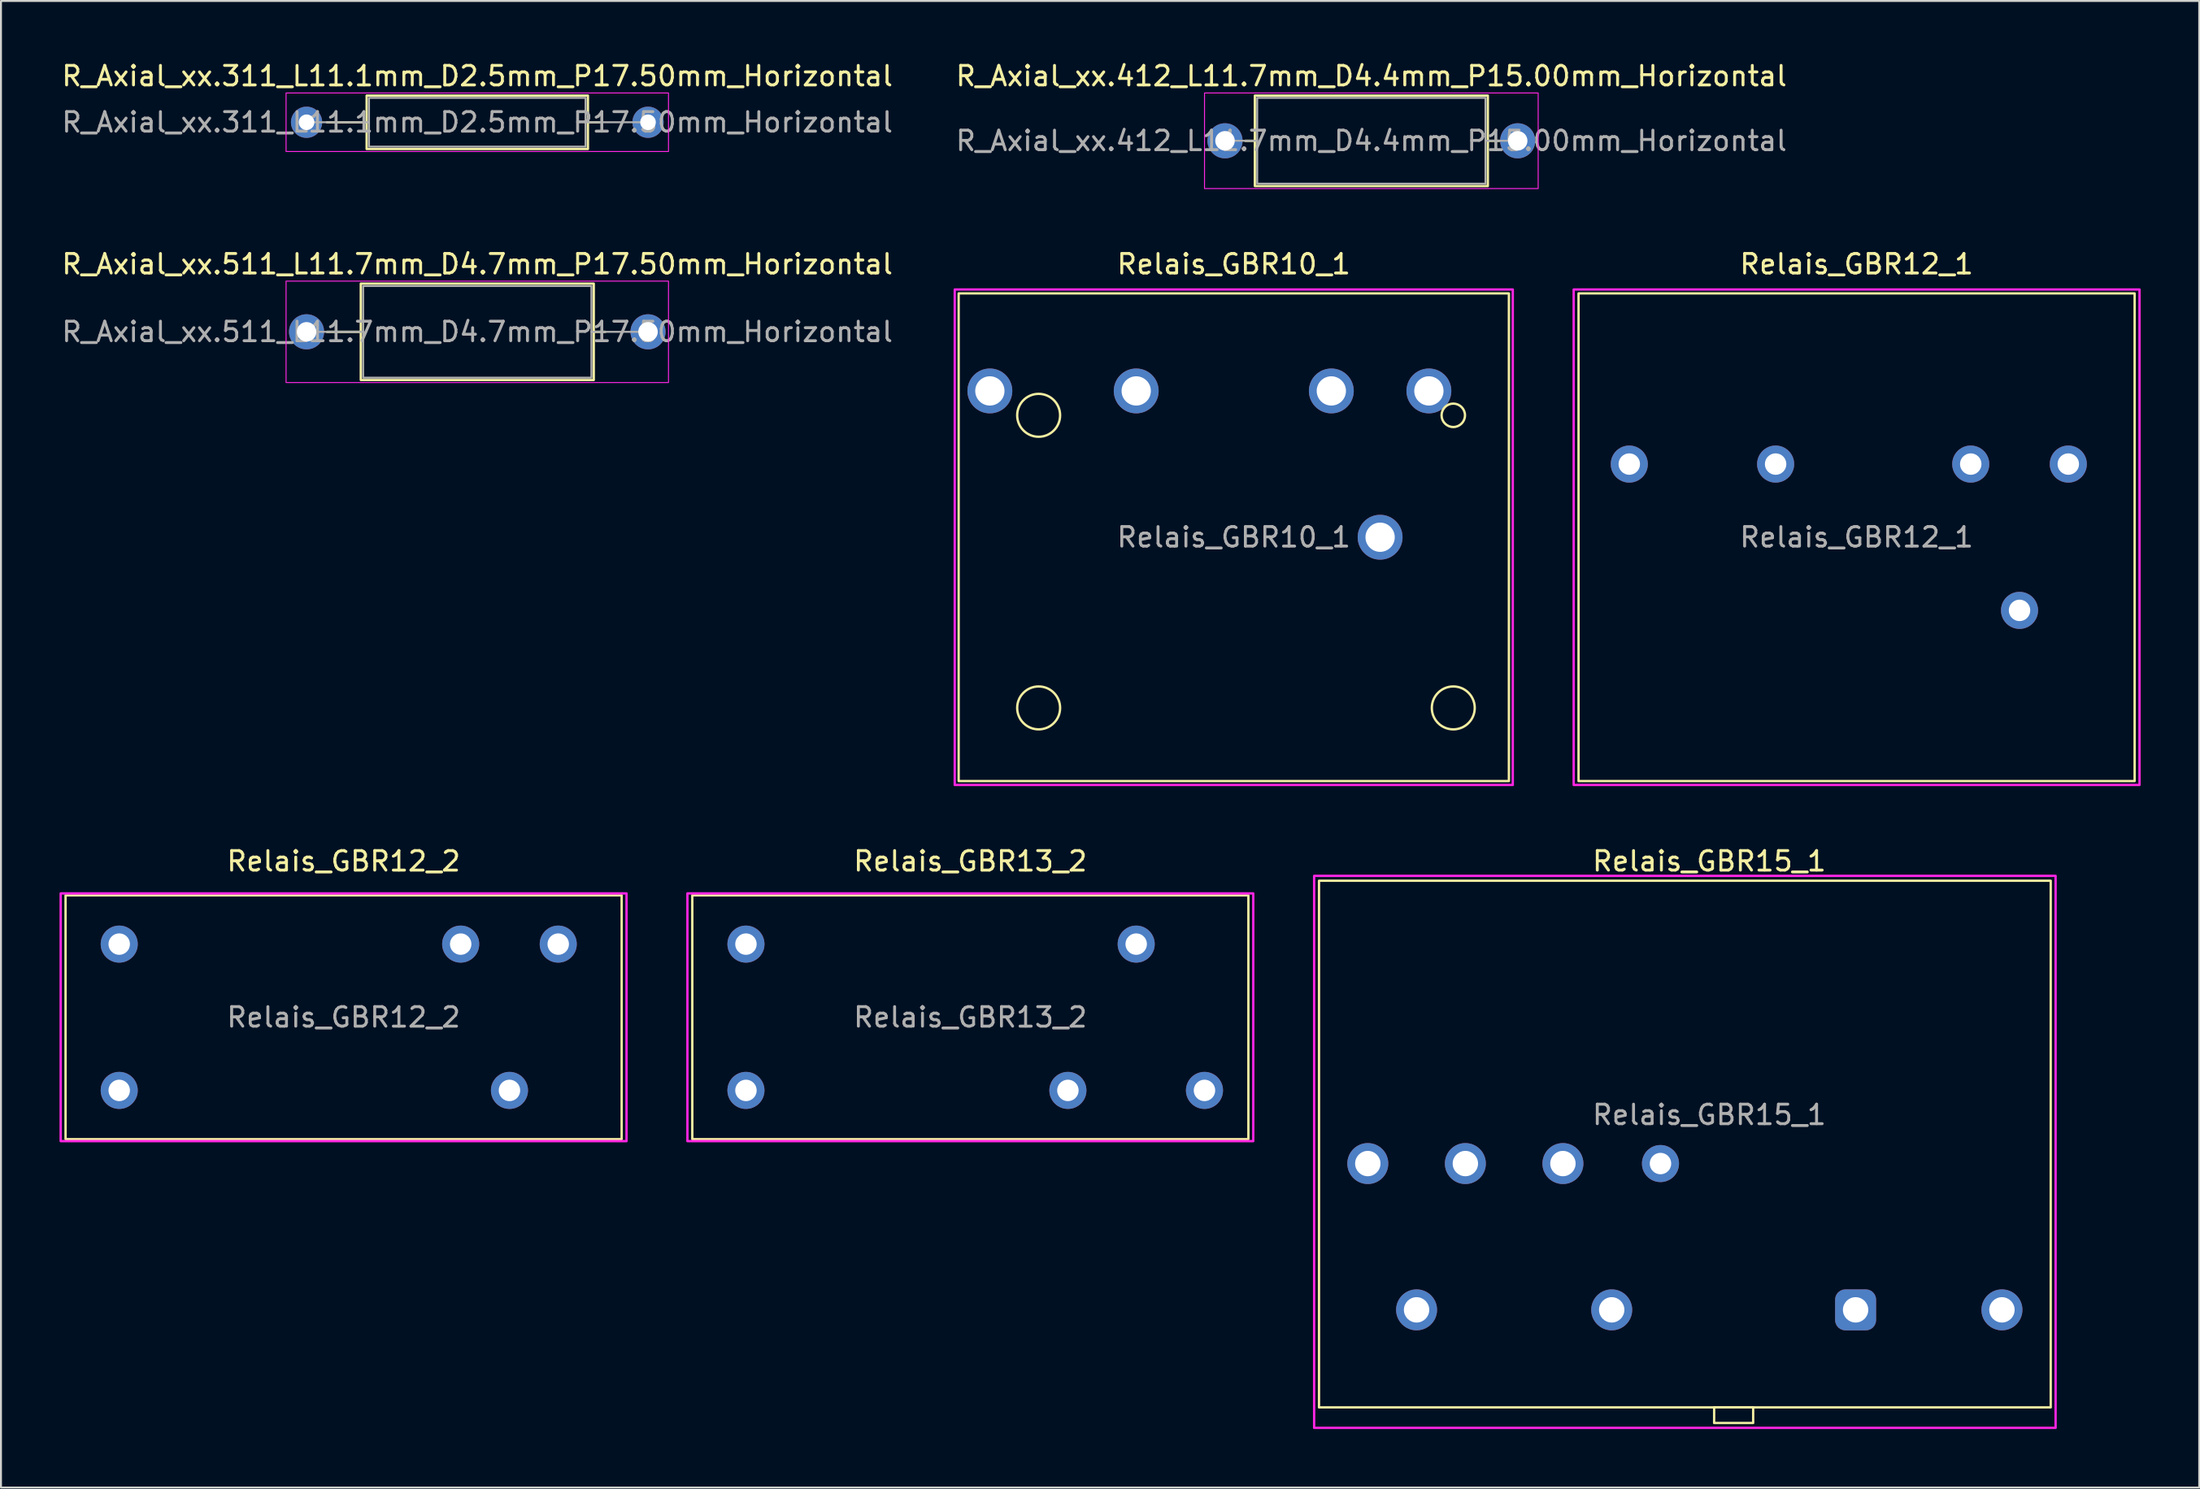
<source format=kicad_pcb>
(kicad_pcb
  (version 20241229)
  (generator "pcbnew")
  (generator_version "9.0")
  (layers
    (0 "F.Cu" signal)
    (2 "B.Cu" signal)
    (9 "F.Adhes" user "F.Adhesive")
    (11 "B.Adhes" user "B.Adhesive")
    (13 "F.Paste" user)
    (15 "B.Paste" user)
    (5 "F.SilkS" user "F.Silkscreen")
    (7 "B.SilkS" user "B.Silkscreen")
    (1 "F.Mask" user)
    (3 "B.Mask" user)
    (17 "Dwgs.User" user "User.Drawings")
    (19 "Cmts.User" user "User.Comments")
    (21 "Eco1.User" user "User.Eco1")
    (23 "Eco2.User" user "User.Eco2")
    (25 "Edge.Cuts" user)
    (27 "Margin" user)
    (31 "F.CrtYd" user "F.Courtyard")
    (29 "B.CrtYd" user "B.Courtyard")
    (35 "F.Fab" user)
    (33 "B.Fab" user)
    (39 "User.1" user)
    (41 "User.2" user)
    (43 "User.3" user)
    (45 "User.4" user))
  (footprint "R_Axial_xx.511_L11.7mm_D4.7mm_P17.50mm_Horizontal"
    (layer "F.Cu")
    (at 12.661 13.961)
    (property "Reference" "R_Axial_xx.511_L11.7mm_D4.7mm_P17.50mm_Horizontal" (at 8.75 -3.47 0) (layer "F.SilkS") (effects (font (size 1 1) (thickness 0.15))))
    (attr through_hole)
    (fp_line (start 1.04 0) (end 2.78 0) (stroke (width 0.12) (type solid)) (layer "F.SilkS"))
    (fp_line (start 15.31 0) (end 14.72 0) (stroke (width 0.12) (type solid)) (layer "F.SilkS"))
    (fp_rect (start 2.78 -2.47) (end 14.72 2.47) (stroke (width 0.12) (type solid)) (fill no) (layer "F.SilkS"))
    (fp_rect (start -1.05 -2.6) (end 18.55 2.6) (stroke (width 0.05) (type solid)) (fill no) (layer "F.CrtYd"))
    (fp_line (start 0 0) (end 2.9 0) (stroke (width 0.1) (type solid)) (layer "F.Fab"))
    (fp_line (start 17.5 0) (end 14.6 0) (stroke (width 0.1) (type solid)) (layer "F.Fab"))
    (fp_rect (start 2.9 -2.35) (end 14.6 2.35) (stroke (width 0.1) (type solid)) (fill no) (layer "F.Fab"))
    (fp_text user "${REFERENCE}" (at 8.75 0 0) (layer "F.Fab") (effects (font (size 1 1) (thickness 0.15))))
    (pad "1" thru_hole circle (at 0 0) (size 1.8 1.8) (drill 1) (layers "*.Cu" "*.Mask"))
    (pad "2" thru_hole oval (at 17.5 0) (size 1.8 1.8) (drill 1) (layers "*.Cu" "*.Mask")))
  (footprint "Relais_GBR12_2"
    (layer "F.Cu")
    (at 14.56 49.1)
    (property "Reference" "Relais_GBR12_2" (at 0 -8 0) (unlocked yes) (layer "F.SilkS") (effects (font (size 1 1) (thickness 0.15))))
    (attr through_hole)
    (fp_rect (start 14.25 -6.25) (end -14.25 6.25) (stroke (width 0.12) (type solid)) (fill no) (layer "F.SilkS"))
    (fp_rect (start 14.5 -6.35) (end -14.5 6.35) (stroke (width 0.12) (type solid)) (fill no) (layer "F.CrtYd"))
    (fp_text user "${REFERENCE}" (at 0 0 0) (layer "F.Fab") (effects (font (size 1 1) (thickness 0.15))))
    (pad "1" thru_hole circle (at -11.5 3.75) (size 1.9 1.9) (drill 1.1) (layers "*.Cu" "*.Mask"))
    (pad "2" thru_hole circle (at -11.5 -3.75) (size 1.9 1.9) (drill 1.1) (layers "*.Cu" "*.Mask"))
    (pad "3" thru_hole circle (at 6 -3.75) (size 1.9 1.9) (drill 1.1) (layers "*.Cu" "*.Mask"))
    (pad "4" thru_hole circle (at 8.5 3.75) (size 1.9 1.9) (drill 1.1) (layers "*.Cu" "*.Mask"))
    (pad "5" thru_hole circle (at 11 -3.75) (size 1.9 1.9) (drill 1.1) (layers "*.Cu" "*.Mask")))
  (footprint "Relais_GBR15_1"
    (layer "F.Cu")
    (at 84.55 54.1)
    (property "Reference" "Relais_GBR15_1" (at 0 -13 0) (unlocked yes) (layer "F.SilkS") (effects (font (size 1 1) (thickness 0.15))))
    (attr through_hole)
    (fp_rect (start 2.25 15) (end 0.25 15.8) (stroke (width 0.12) (type solid)) (fill no) (layer "F.SilkS"))
    (fp_rect (start 17.5 -12) (end -20 15) (stroke (width 0.12) (type solid)) (fill no) (layer "F.SilkS"))
    (fp_rect (start -20.25 -12.25) (end 17.75 16.05) (stroke (width 0.12) (type solid)) (fill no) (layer "F.CrtYd"))
    (fp_text user "${REFERENCE}" (at 0 0 0) (layer "F.Fab") (effects (font (size 1 1) (thickness 0.15))))
    (pad "1" thru_hole roundrect (at 7.5 10 90) (size 2.1 2.1) (drill 1.3) (layers "*.Cu" "*.Mask") (roundrect_rratio 0.25))
    (pad "2" thru_hole circle (at 15 10 90) (size 2.1 2.1) (drill 1.3) (layers "*.Cu" "*.Mask"))
    (pad "3" thru_hole circle (at -7.5 2.5 90) (size 2.1 2.1) (drill 1.3) (layers "*.Cu" "*.Mask"))
    (pad "4" thru_hole circle (at -5 10 90) (size 2.1 2.1) (drill 1.3) (layers "*.Cu" "*.Mask"))
    (pad "5" thru_hole circle (at -2.5 2.5 90) (size 1.9 1.9) (drill 1.1) (layers "*.Cu" "*.Mask"))
    (pad "6" thru_hole circle (at -17.5 2.5 90) (size 2.1 2.1) (drill 1.3) (layers "*.Cu" "*.Mask"))
    (pad "7" thru_hole circle (at -15 10 90) (size 2.1 2.1) (drill 1.3) (layers "*.Cu" "*.Mask"))
    (pad "8" thru_hole circle (at -12.5 2.5 90) (size 2.1 2.1) (drill 1.3) (layers "*.Cu" "*.Mask")))
  (footprint "R_Axial_xx.311_L11.1mm_D2.5mm_P17.50mm_Horizontal"
    (layer "F.Cu")
    (at 12.661 3.218)
    (property "Reference" "R_Axial_xx.311_L11.1mm_D2.5mm_P17.50mm_Horizontal" (at 8.75 -2.37 0) (layer "F.SilkS") (effects (font (size 1 1) (thickness 0.15))))
    (attr through_hole)
    (fp_line (start 1.04 0) (end 3.08 0) (stroke (width 0.12) (type solid)) (layer "F.SilkS"))
    (fp_line (start 15.01 0) (end 14.42 0) (stroke (width 0.12) (type solid)) (layer "F.SilkS"))
    (fp_rect (start 3.08 -1.37) (end 14.42 1.37) (stroke (width 0.12) (type solid)) (fill no) (layer "F.SilkS"))
    (fp_rect (start -1.05 -1.5) (end 18.55 1.5) (stroke (width 0.05) (type solid)) (fill no) (layer "F.CrtYd"))
    (fp_line (start 0 0) (end 3.2 0) (stroke (width 0.1) (type solid)) (layer "F.Fab"))
    (fp_line (start 17.5 0) (end 14.3 0) (stroke (width 0.1) (type solid)) (layer "F.Fab"))
    (fp_rect (start 3.2 -1.25) (end 14.3 1.25) (stroke (width 0.1) (type solid)) (fill no) (layer "F.Fab"))
    (fp_text user "${REFERENCE}" (at 8.75 0 0) (layer "F.Fab") (effects (font (size 1 1) (thickness 0.15))))
    (pad "1" thru_hole circle (at 0 0) (size 1.6 1.6) (drill 0.8) (layers "*.Cu" "*.Mask"))
    (pad "2" thru_hole oval (at 17.5 0) (size 1.6 1.6) (drill 0.8) (layers "*.Cu" "*.Mask")))
  (footprint "R_Axial_xx.412_L11.7mm_D4.4mm_P15.00mm_Horizontal"
    (layer "F.Cu")
    (at 59.732 4.168)
    (property "Reference" "R_Axial_xx.412_L11.7mm_D4.4mm_P15.00mm_Horizontal" (at 7.5 -3.32 0) (layer "F.SilkS") (effects (font (size 1 1) (thickness 0.15))))
    (attr through_hole)
    (fp_line (start 1.04 0) (end 1.53 0) (stroke (width 0.12) (type solid)) (layer "F.SilkS"))
    (fp_line (start 14.06 0) (end 13.47 0) (stroke (width 0.12) (type solid)) (layer "F.SilkS"))
    (fp_rect (start 1.53 -2.32) (end 13.47 2.32) (stroke (width 0.12) (type solid)) (fill no) (layer "F.SilkS"))
    (fp_rect (start -1.05 -2.45) (end 16.05 2.45) (stroke (width 0.05) (type solid)) (fill no) (layer "F.CrtYd"))
    (fp_line (start 0 0) (end 1.65 0) (stroke (width 0.1) (type solid)) (layer "F.Fab"))
    (fp_line (start 15 0) (end 13.35 0) (stroke (width 0.1) (type solid)) (layer "F.Fab"))
    (fp_rect (start 1.65 -2.2) (end 13.35 2.2) (stroke (width 0.1) (type solid)) (fill no) (layer "F.Fab"))
    (fp_text user "${REFERENCE}" (at 7.5 0 0) (layer "F.Fab") (effects (font (size 1 1) (thickness 0.15))))
    (pad "1" thru_hole circle (at 0 0) (size 1.8 1.8) (drill 1) (layers "*.Cu" "*.Mask"))
    (pad "2" thru_hole oval (at 15 0) (size 1.8 1.8) (drill 1) (layers "*.Cu" "*.Mask")))
  (footprint "Relais_GBR12_1"
    (layer "F.Cu")
    (at 92.101 24.491)
    (property "Reference" "Relais_GBR12_1" (at 0 -14 0) (unlocked yes) (layer "F.SilkS") (effects (font (size 1 1) (thickness 0.15))))
    (attr through_hole)
    (fp_rect (start 14.25 -12.5) (end -14.25 12.5) (stroke (width 0.12) (type solid)) (fill no) (layer "F.SilkS"))
    (fp_rect (start 14.5 -12.7) (end -14.5 12.7) (stroke (width 0.12) (type solid)) (fill no) (layer "F.CrtYd"))
    (fp_text user "${REFERENCE}" (at 0 0 0) (layer "F.Fab") (effects (font (size 1 1) (thickness 0.15))))
    (pad "1" thru_hole circle (at -4.15 -3.75) (size 1.9 1.9) (drill 1.1) (layers "*.Cu" "*.Mask"))
    (pad "2" thru_hole circle (at -11.65 -3.75) (size 1.9 1.9) (drill 1.1) (layers "*.Cu" "*.Mask"))
    (pad "3" thru_hole circle (at 5.85 -3.75) (size 1.9 1.9) (drill 1.1) (layers "*.Cu" "*.Mask"))
    (pad "4" thru_hole circle (at 8.35 3.75) (size 1.9 1.9) (drill 1.1) (layers "*.Cu" "*.Mask"))
    (pad "5" thru_hole circle (at 10.85 -3.75) (size 1.9 1.9) (drill 1.1) (layers "*.Cu" "*.Mask")))
  (footprint "Relais_GBR10_1"
    (layer "F.Cu")
    (at 60.181 24.491)
    (property "Reference" "Relais_GBR10_1" (at 0 -14 0) (unlocked yes) (layer "F.SilkS") (effects (font (size 1 1) (thickness 0.15))))
    (attr through_hole)
    (fp_rect (start 14.1 -12.5) (end -14.1 12.5) (stroke (width 0.12) (type solid)) (fill no) (layer "F.SilkS"))
    (fp_circle (center -10 -6.25) (end -11.1 -6.25) (stroke (width 0.12) (type solid)) (fill no) (layer "F.SilkS"))
    (fp_circle (center -10 8.75) (end -11.1 8.75) (stroke (width 0.12) (type solid)) (fill no) (layer "F.SilkS"))
    (fp_circle (center 11.25 -6.25) (end 10.65 -6.25) (stroke (width 0.12) (type solid)) (fill no) (layer "F.SilkS"))
    (fp_circle (center 11.25 8.75) (end 10.15 8.75) (stroke (width 0.12) (type solid)) (fill no) (layer "F.SilkS"))
    (fp_rect (start 14.3 -12.7) (end -14.3 12.7) (stroke (width 0.12) (type solid)) (fill no) (layer "F.CrtYd"))
    (fp_text user "${REFERENCE}" (at 0 0 0) (layer "F.Fab") (effects (font (size 1 1) (thickness 0.15))))
    (pad "1" thru_hole circle (at -5 -7.5) (size 2.3 2.3) (drill 1.5) (layers "*.Cu" "*.Mask"))
    (pad "2" thru_hole circle (at -12.5 -7.5) (size 2.3 2.3) (drill 1.5) (layers "*.Cu" "*.Mask"))
    (pad "3" thru_hole circle (at 10 -7.5) (size 2.3 2.3) (drill 1.5) (layers "*.Cu" "*.Mask"))
    (pad "4" thru_hole circle (at 7.5 0) (size 2.3 2.3) (drill 1.5) (layers "*.Cu" "*.Mask"))
    (pad "5" thru_hole circle (at 5 -7.5) (size 2.3 2.3) (drill 1.5) (layers "*.Cu" "*.Mask")))
  (footprint "Relais_GBR13_2"
    (layer "F.Cu")
    (at 46.68 49.1)
    (property "Reference" "Relais_GBR13_2" (at 0 -8 0) (unlocked yes) (layer "F.SilkS") (effects (font (size 1 1) (thickness 0.15))))
    (attr through_hole)
    (fp_rect (start 14.25 -6.25) (end -14.25 6.25) (stroke (width 0.12) (type solid)) (fill no) (layer "F.SilkS"))
    (fp_rect (start 14.5 -6.35) (end -14.5 6.35) (stroke (width 0.12) (type solid)) (fill no) (layer "F.CrtYd"))
    (fp_text user "${REFERENCE}" (at 0 0 0) (layer "F.Fab") (effects (font (size 1 1) (thickness 0.15))))
    (pad "1" thru_hole circle (at -11.5 3.75) (size 1.9 1.9) (drill 1.1) (layers "*.Cu" "*.Mask"))
    (pad "2" thru_hole circle (at -11.5 -3.75) (size 1.9 1.9) (drill 1.1) (layers "*.Cu" "*.Mask"))
    (pad "3" thru_hole circle (at 5 3.75) (size 1.9 1.9) (drill 1.1) (layers "*.Cu" "*.Mask"))
    (pad "4" thru_hole circle (at 8.5 -3.75) (size 1.9 1.9) (drill 1.1) (layers "*.Cu" "*.Mask"))
    (pad "5" thru_hole circle (at 12 3.75) (size 1.9 1.9) (drill 1.1) (layers "*.Cu" "*.Mask")))
  (gr_rect
    (start -3 -3)
    (end 109.661 73.21)
    (stroke (width 0.1) (type default))
    (fill no)
    (layer "Edge.Cuts")))
</source>
